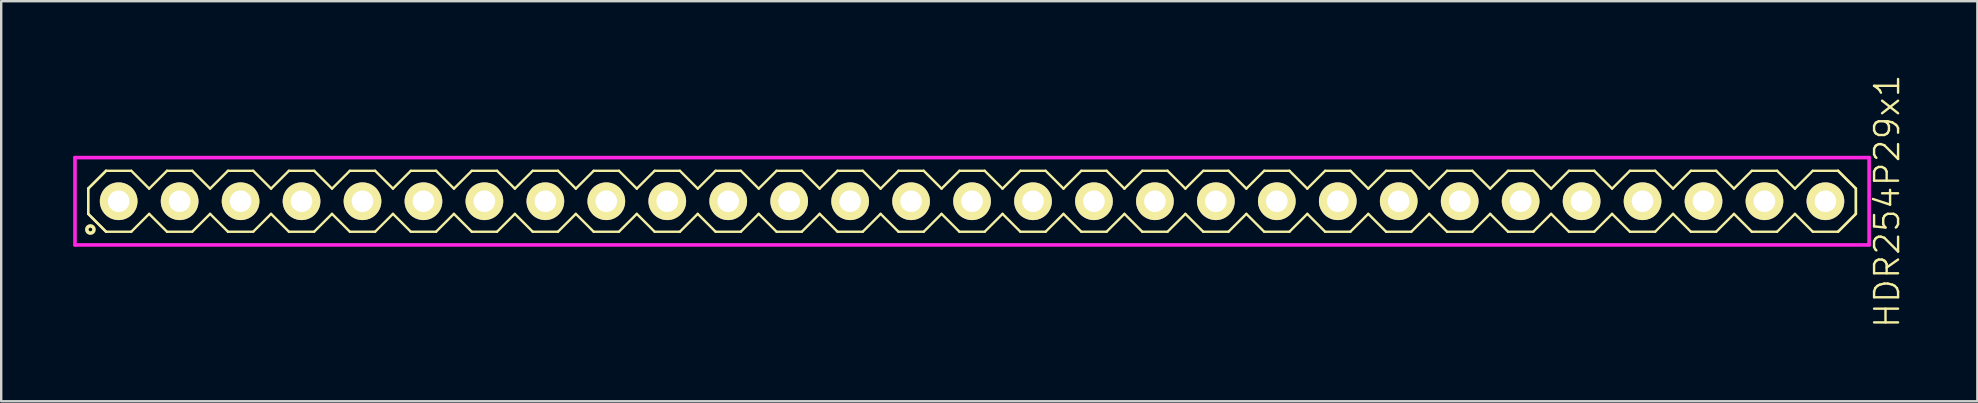
<source format=kicad_pcb>
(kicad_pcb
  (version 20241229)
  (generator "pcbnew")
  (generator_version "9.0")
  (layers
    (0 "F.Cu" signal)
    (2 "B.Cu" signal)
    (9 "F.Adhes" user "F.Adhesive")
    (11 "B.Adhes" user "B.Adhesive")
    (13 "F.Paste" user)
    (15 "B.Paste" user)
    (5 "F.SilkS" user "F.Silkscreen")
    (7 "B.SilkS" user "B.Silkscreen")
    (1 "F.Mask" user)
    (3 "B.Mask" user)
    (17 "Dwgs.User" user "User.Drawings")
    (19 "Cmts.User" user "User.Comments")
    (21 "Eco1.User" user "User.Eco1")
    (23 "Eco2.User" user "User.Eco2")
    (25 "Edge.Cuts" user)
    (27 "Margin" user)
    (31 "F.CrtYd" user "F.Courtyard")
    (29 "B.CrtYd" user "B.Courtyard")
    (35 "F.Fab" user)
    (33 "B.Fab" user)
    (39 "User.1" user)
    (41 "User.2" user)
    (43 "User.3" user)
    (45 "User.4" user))
  (footprint "HDR254P29x1"
    (layer "F.Cu")
    (at 37.455 5.336)
    (property "Reference" "HDR254P29x1" (at 38.13 0 90) (layer "F.SilkS") (effects (font (size 1 1) (thickness 0.1))))
    (attr through_hole)
    (fp_line (start -36.83 -0.526) (end -36.086 -1.27) (stroke (width 0.1) (type solid)) (layer "F.SilkS"))
    (fp_line (start -36.83 -0.526) (end -36.086 -1.27) (stroke (width 0.1) (type solid)) (layer "F.SilkS"))
    (fp_line (start -36.83 0.526) (end -36.83 -0.526) (stroke (width 0.1) (type solid)) (layer "F.SilkS"))
    (fp_line (start -36.83 0.526) (end -36.83 -0.526) (stroke (width 0.1) (type solid)) (layer "F.SilkS"))
    (fp_line (start -36.086 -1.27) (end -35.034 -1.27) (stroke (width 0.1) (type solid)) (layer "F.SilkS"))
    (fp_line (start -36.086 1.27) (end -36.83 0.526) (stroke (width 0.1) (type solid)) (layer "F.SilkS"))
    (fp_line (start -36.086 1.27) (end -36.83 0.526) (stroke (width 0.1) (type solid)) (layer "F.SilkS"))
    (fp_line (start -35.034 -1.27) (end -34.29 -0.526) (stroke (width 0.1) (type solid)) (layer "F.SilkS"))
    (fp_line (start -35.034 1.27) (end -36.086 1.27) (stroke (width 0.1) (type solid)) (layer "F.SilkS"))
    (fp_line (start -34.29 -0.526) (end -33.546 -1.27) (stroke (width 0.1) (type solid)) (layer "F.SilkS"))
    (fp_line (start -34.29 0.526) (end -35.034 1.27) (stroke (width 0.1) (type solid)) (layer "F.SilkS"))
    (fp_line (start -33.546 -1.27) (end -32.494 -1.27) (stroke (width 0.1) (type solid)) (layer "F.SilkS"))
    (fp_line (start -33.546 1.27) (end -34.29 0.526) (stroke (width 0.1) (type solid)) (layer "F.SilkS"))
    (fp_line (start -32.494 -1.27) (end -31.75 -0.526) (stroke (width 0.1) (type solid)) (layer "F.SilkS"))
    (fp_line (start -32.494 1.27) (end -33.546 1.27) (stroke (width 0.1) (type solid)) (layer "F.SilkS"))
    (fp_line (start -31.75 -0.526) (end -31.006 -1.27) (stroke (width 0.1) (type solid)) (layer "F.SilkS"))
    (fp_line (start -31.75 0.526) (end -32.494 1.27) (stroke (width 0.1) (type solid)) (layer "F.SilkS"))
    (fp_line (start -31.006 -1.27) (end -29.954 -1.27) (stroke (width 0.1) (type solid)) (layer "F.SilkS"))
    (fp_line (start -31.006 1.27) (end -31.75 0.526) (stroke (width 0.1) (type solid)) (layer "F.SilkS"))
    (fp_line (start -29.954 -1.27) (end -29.21 -0.526) (stroke (width 0.1) (type solid)) (layer "F.SilkS"))
    (fp_line (start -29.954 1.27) (end -31.006 1.27) (stroke (width 0.1) (type solid)) (layer "F.SilkS"))
    (fp_line (start -29.21 -0.526) (end -28.466 -1.27) (stroke (width 0.1) (type solid)) (layer "F.SilkS"))
    (fp_line (start -29.21 0.526) (end -29.954 1.27) (stroke (width 0.1) (type solid)) (layer "F.SilkS"))
    (fp_line (start -28.466 -1.27) (end -27.414 -1.27) (stroke (width 0.1) (type solid)) (layer "F.SilkS"))
    (fp_line (start -28.466 1.27) (end -29.21 0.526) (stroke (width 0.1) (type solid)) (layer "F.SilkS"))
    (fp_line (start -27.414 -1.27) (end -26.67 -0.526) (stroke (width 0.1) (type solid)) (layer "F.SilkS"))
    (fp_line (start -27.414 1.27) (end -28.466 1.27) (stroke (width 0.1) (type solid)) (layer "F.SilkS"))
    (fp_line (start -26.67 -0.526) (end -25.926 -1.27) (stroke (width 0.1) (type solid)) (layer "F.SilkS"))
    (fp_line (start -26.67 0.526) (end -27.414 1.27) (stroke (width 0.1) (type solid)) (layer "F.SilkS"))
    (fp_line (start -25.926 -1.27) (end -24.874 -1.27) (stroke (width 0.1) (type solid)) (layer "F.SilkS"))
    (fp_line (start -25.926 1.27) (end -26.67 0.526) (stroke (width 0.1) (type solid)) (layer "F.SilkS"))
    (fp_line (start -24.874 -1.27) (end -24.13 -0.526) (stroke (width 0.1) (type solid)) (layer "F.SilkS"))
    (fp_line (start -24.874 1.27) (end -25.926 1.27) (stroke (width 0.1) (type solid)) (layer "F.SilkS"))
    (fp_line (start -24.13 -0.526) (end -23.386 -1.27) (stroke (width 0.1) (type solid)) (layer "F.SilkS"))
    (fp_line (start -24.13 0.526) (end -24.874 1.27) (stroke (width 0.1) (type solid)) (layer "F.SilkS"))
    (fp_line (start -23.386 -1.27) (end -22.334 -1.27) (stroke (width 0.1) (type solid)) (layer "F.SilkS"))
    (fp_line (start -23.386 1.27) (end -24.13 0.526) (stroke (width 0.1) (type solid)) (layer "F.SilkS"))
    (fp_line (start -22.334 -1.27) (end -21.59 -0.526) (stroke (width 0.1) (type solid)) (layer "F.SilkS"))
    (fp_line (start -22.334 1.27) (end -23.386 1.27) (stroke (width 0.1) (type solid)) (layer "F.SilkS"))
    (fp_line (start -21.59 -0.526) (end -20.846 -1.27) (stroke (width 0.1) (type solid)) (layer "F.SilkS"))
    (fp_line (start -21.59 0.526) (end -22.334 1.27) (stroke (width 0.1) (type solid)) (layer "F.SilkS"))
    (fp_line (start -20.846 -1.27) (end -19.794 -1.27) (stroke (width 0.1) (type solid)) (layer "F.SilkS"))
    (fp_line (start -20.846 1.27) (end -21.59 0.526) (stroke (width 0.1) (type solid)) (layer "F.SilkS"))
    (fp_line (start -19.794 -1.27) (end -19.05 -0.526) (stroke (width 0.1) (type solid)) (layer "F.SilkS"))
    (fp_line (start -19.794 1.27) (end -20.846 1.27) (stroke (width 0.1) (type solid)) (layer "F.SilkS"))
    (fp_line (start -19.05 -0.526) (end -18.306 -1.27) (stroke (width 0.1) (type solid)) (layer "F.SilkS"))
    (fp_line (start -19.05 0.526) (end -19.794 1.27) (stroke (width 0.1) (type solid)) (layer "F.SilkS"))
    (fp_line (start -18.306 -1.27) (end -17.254 -1.27) (stroke (width 0.1) (type solid)) (layer "F.SilkS"))
    (fp_line (start -18.306 1.27) (end -19.05 0.526) (stroke (width 0.1) (type solid)) (layer "F.SilkS"))
    (fp_line (start -17.254 -1.27) (end -16.51 -0.526) (stroke (width 0.1) (type solid)) (layer "F.SilkS"))
    (fp_line (start -17.254 1.27) (end -18.306 1.27) (stroke (width 0.1) (type solid)) (layer "F.SilkS"))
    (fp_line (start -16.51 -0.526) (end -15.766 -1.27) (stroke (width 0.1) (type solid)) (layer "F.SilkS"))
    (fp_line (start -16.51 0.526) (end -17.254 1.27) (stroke (width 0.1) (type solid)) (layer "F.SilkS"))
    (fp_line (start -15.766 -1.27) (end -14.714 -1.27) (stroke (width 0.1) (type solid)) (layer "F.SilkS"))
    (fp_line (start -15.766 1.27) (end -16.51 0.526) (stroke (width 0.1) (type solid)) (layer "F.SilkS"))
    (fp_line (start -14.714 -1.27) (end -13.97 -0.526) (stroke (width 0.1) (type solid)) (layer "F.SilkS"))
    (fp_line (start -14.714 1.27) (end -15.766 1.27) (stroke (width 0.1) (type solid)) (layer "F.SilkS"))
    (fp_line (start -13.97 -0.526) (end -13.226 -1.27) (stroke (width 0.1) (type solid)) (layer "F.SilkS"))
    (fp_line (start -13.97 0.526) (end -14.714 1.27) (stroke (width 0.1) (type solid)) (layer "F.SilkS"))
    (fp_line (start -13.226 -1.27) (end -12.174 -1.27) (stroke (width 0.1) (type solid)) (layer "F.SilkS"))
    (fp_line (start -13.226 1.27) (end -13.97 0.526) (stroke (width 0.1) (type solid)) (layer "F.SilkS"))
    (fp_line (start -12.174 -1.27) (end -11.43 -0.526) (stroke (width 0.1) (type solid)) (layer "F.SilkS"))
    (fp_line (start -12.174 1.27) (end -13.226 1.27) (stroke (width 0.1) (type solid)) (layer "F.SilkS"))
    (fp_line (start -11.43 -0.526) (end -10.686 -1.27) (stroke (width 0.1) (type solid)) (layer "F.SilkS"))
    (fp_line (start -11.43 0.526) (end -12.174 1.27) (stroke (width 0.1) (type solid)) (layer "F.SilkS"))
    (fp_line (start -10.686 -1.27) (end -9.634 -1.27) (stroke (width 0.1) (type solid)) (layer "F.SilkS"))
    (fp_line (start -10.686 1.27) (end -11.43 0.526) (stroke (width 0.1) (type solid)) (layer "F.SilkS"))
    (fp_line (start -9.634 -1.27) (end -8.89 -0.526) (stroke (width 0.1) (type solid)) (layer "F.SilkS"))
    (fp_line (start -9.634 1.27) (end -10.686 1.27) (stroke (width 0.1) (type solid)) (layer "F.SilkS"))
    (fp_line (start -8.89 -0.526) (end -8.146 -1.27) (stroke (width 0.1) (type solid)) (layer "F.SilkS"))
    (fp_line (start -8.89 0.526) (end -9.634 1.27) (stroke (width 0.1) (type solid)) (layer "F.SilkS"))
    (fp_line (start -8.146 -1.27) (end -7.094 -1.27) (stroke (width 0.1) (type solid)) (layer "F.SilkS"))
    (fp_line (start -8.146 1.27) (end -8.89 0.526) (stroke (width 0.1) (type solid)) (layer "F.SilkS"))
    (fp_line (start -7.094 -1.27) (end -6.35 -0.526) (stroke (width 0.1) (type solid)) (layer "F.SilkS"))
    (fp_line (start -7.094 1.27) (end -8.146 1.27) (stroke (width 0.1) (type solid)) (layer "F.SilkS"))
    (fp_line (start -6.35 -0.526) (end -5.606 -1.27) (stroke (width 0.1) (type solid)) (layer "F.SilkS"))
    (fp_line (start -6.35 0.526) (end -7.094 1.27) (stroke (width 0.1) (type solid)) (layer "F.SilkS"))
    (fp_line (start -5.606 -1.27) (end -4.554 -1.27) (stroke (width 0.1) (type solid)) (layer "F.SilkS"))
    (fp_line (start -5.606 1.27) (end -6.35 0.526) (stroke (width 0.1) (type solid)) (layer "F.SilkS"))
    (fp_line (start -4.554 -1.27) (end -3.81 -0.526) (stroke (width 0.1) (type solid)) (layer "F.SilkS"))
    (fp_line (start -4.554 1.27) (end -5.606 1.27) (stroke (width 0.1) (type solid)) (layer "F.SilkS"))
    (fp_line (start -3.81 -0.526) (end -3.066 -1.27) (stroke (width 0.1) (type solid)) (layer "F.SilkS"))
    (fp_line (start -3.81 0.526) (end -4.554 1.27) (stroke (width 0.1) (type solid)) (layer "F.SilkS"))
    (fp_line (start -3.066 -1.27) (end -2.014 -1.27) (stroke (width 0.1) (type solid)) (layer "F.SilkS"))
    (fp_line (start -3.066 1.27) (end -3.81 0.526) (stroke (width 0.1) (type solid)) (layer "F.SilkS"))
    (fp_line (start -2.014 -1.27) (end -1.27 -0.526) (stroke (width 0.1) (type solid)) (layer "F.SilkS"))
    (fp_line (start -2.014 1.27) (end -3.066 1.27) (stroke (width 0.1) (type solid)) (layer "F.SilkS"))
    (fp_line (start -1.27 -0.526) (end -0.526 -1.27) (stroke (width 0.1) (type solid)) (layer "F.SilkS"))
    (fp_line (start -1.27 0.526) (end -2.014 1.27) (stroke (width 0.1) (type solid)) (layer "F.SilkS"))
    (fp_line (start -0.526 -1.27) (end 0.526 -1.27) (stroke (width 0.1) (type solid)) (layer "F.SilkS"))
    (fp_line (start -0.526 1.27) (end -1.27 0.526) (stroke (width 0.1) (type solid)) (layer "F.SilkS"))
    (fp_line (start 0.526 -1.27) (end 1.27 -0.526) (stroke (width 0.1) (type solid)) (layer "F.SilkS"))
    (fp_line (start 0.526 1.27) (end -0.526 1.27) (stroke (width 0.1) (type solid)) (layer "F.SilkS"))
    (fp_line (start 1.27 -0.526) (end 2.014 -1.27) (stroke (width 0.1) (type solid)) (layer "F.SilkS"))
    (fp_line (start 1.27 0.526) (end 0.526 1.27) (stroke (width 0.1) (type solid)) (layer "F.SilkS"))
    (fp_line (start 2.014 -1.27) (end 3.066 -1.27) (stroke (width 0.1) (type solid)) (layer "F.SilkS"))
    (fp_line (start 2.014 1.27) (end 1.27 0.526) (stroke (width 0.1) (type solid)) (layer "F.SilkS"))
    (fp_line (start 3.066 -1.27) (end 3.81 -0.526) (stroke (width 0.1) (type solid)) (layer "F.SilkS"))
    (fp_line (start 3.066 1.27) (end 2.014 1.27) (stroke (width 0.1) (type solid)) (layer "F.SilkS"))
    (fp_line (start 3.81 -0.526) (end 4.554 -1.27) (stroke (width 0.1) (type solid)) (layer "F.SilkS"))
    (fp_line (start 3.81 0.526) (end 3.066 1.27) (stroke (width 0.1) (type solid)) (layer "F.SilkS"))
    (fp_line (start 4.554 -1.27) (end 5.606 -1.27) (stroke (width 0.1) (type solid)) (layer "F.SilkS"))
    (fp_line (start 4.554 1.27) (end 3.81 0.526) (stroke (width 0.1) (type solid)) (layer "F.SilkS"))
    (fp_line (start 5.606 -1.27) (end 6.35 -0.526) (stroke (width 0.1) (type solid)) (layer "F.SilkS"))
    (fp_line (start 5.606 1.27) (end 4.554 1.27) (stroke (width 0.1) (type solid)) (layer "F.SilkS"))
    (fp_line (start 6.35 -0.526) (end 7.094 -1.27) (stroke (width 0.1) (type solid)) (layer "F.SilkS"))
    (fp_line (start 6.35 0.526) (end 5.606 1.27) (stroke (width 0.1) (type solid)) (layer "F.SilkS"))
    (fp_line (start 7.094 -1.27) (end 8.146 -1.27) (stroke (width 0.1) (type solid)) (layer "F.SilkS"))
    (fp_line (start 7.094 1.27) (end 6.35 0.526) (stroke (width 0.1) (type solid)) (layer "F.SilkS"))
    (fp_line (start 8.146 -1.27) (end 8.89 -0.526) (stroke (width 0.1) (type solid)) (layer "F.SilkS"))
    (fp_line (start 8.146 1.27) (end 7.094 1.27) (stroke (width 0.1) (type solid)) (layer "F.SilkS"))
    (fp_line (start 8.89 -0.526) (end 9.634 -1.27) (stroke (width 0.1) (type solid)) (layer "F.SilkS"))
    (fp_line (start 8.89 0.526) (end 8.146 1.27) (stroke (width 0.1) (type solid)) (layer "F.SilkS"))
    (fp_line (start 9.634 -1.27) (end 10.686 -1.27) (stroke (width 0.1) (type solid)) (layer "F.SilkS"))
    (fp_line (start 9.634 1.27) (end 8.89 0.526) (stroke (width 0.1) (type solid)) (layer "F.SilkS"))
    (fp_line (start 10.686 -1.27) (end 11.43 -0.526) (stroke (width 0.1) (type solid)) (layer "F.SilkS"))
    (fp_line (start 10.686 1.27) (end 9.634 1.27) (stroke (width 0.1) (type solid)) (layer "F.SilkS"))
    (fp_line (start 11.43 -0.526) (end 12.174 -1.27) (stroke (width 0.1) (type solid)) (layer "F.SilkS"))
    (fp_line (start 11.43 0.526) (end 10.686 1.27) (stroke (width 0.1) (type solid)) (layer "F.SilkS"))
    (fp_line (start 12.174 -1.27) (end 13.226 -1.27) (stroke (width 0.1) (type solid)) (layer "F.SilkS"))
    (fp_line (start 12.174 1.27) (end 11.43 0.526) (stroke (width 0.1) (type solid)) (layer "F.SilkS"))
    (fp_line (start 13.226 -1.27) (end 13.97 -0.526) (stroke (width 0.1) (type solid)) (layer "F.SilkS"))
    (fp_line (start 13.226 1.27) (end 12.174 1.27) (stroke (width 0.1) (type solid)) (layer "F.SilkS"))
    (fp_line (start 13.97 -0.526) (end 14.714 -1.27) (stroke (width 0.1) (type solid)) (layer "F.SilkS"))
    (fp_line (start 13.97 0.526) (end 13.226 1.27) (stroke (width 0.1) (type solid)) (layer "F.SilkS"))
    (fp_line (start 14.714 -1.27) (end 15.766 -1.27) (stroke (width 0.1) (type solid)) (layer "F.SilkS"))
    (fp_line (start 14.714 1.27) (end 13.97 0.526) (stroke (width 0.1) (type solid)) (layer "F.SilkS"))
    (fp_line (start 15.766 -1.27) (end 16.51 -0.526) (stroke (width 0.1) (type solid)) (layer "F.SilkS"))
    (fp_line (start 15.766 1.27) (end 14.714 1.27) (stroke (width 0.1) (type solid)) (layer "F.SilkS"))
    (fp_line (start 16.51 -0.526) (end 17.254 -1.27) (stroke (width 0.1) (type solid)) (layer "F.SilkS"))
    (fp_line (start 16.51 0.526) (end 15.766 1.27) (stroke (width 0.1) (type solid)) (layer "F.SilkS"))
    (fp_line (start 17.254 -1.27) (end 18.306 -1.27) (stroke (width 0.1) (type solid)) (layer "F.SilkS"))
    (fp_line (start 17.254 1.27) (end 16.51 0.526) (stroke (width 0.1) (type solid)) (layer "F.SilkS"))
    (fp_line (start 18.306 -1.27) (end 19.05 -0.526) (stroke (width 0.1) (type solid)) (layer "F.SilkS"))
    (fp_line (start 18.306 1.27) (end 17.254 1.27) (stroke (width 0.1) (type solid)) (layer "F.SilkS"))
    (fp_line (start 19.05 -0.526) (end 19.794 -1.27) (stroke (width 0.1) (type solid)) (layer "F.SilkS"))
    (fp_line (start 19.05 0.526) (end 18.306 1.27) (stroke (width 0.1) (type solid)) (layer "F.SilkS"))
    (fp_line (start 19.794 -1.27) (end 20.846 -1.27) (stroke (width 0.1) (type solid)) (layer "F.SilkS"))
    (fp_line (start 19.794 1.27) (end 19.05 0.526) (stroke (width 0.1) (type solid)) (layer "F.SilkS"))
    (fp_line (start 20.846 -1.27) (end 21.59 -0.526) (stroke (width 0.1) (type solid)) (layer "F.SilkS"))
    (fp_line (start 20.846 1.27) (end 19.794 1.27) (stroke (width 0.1) (type solid)) (layer "F.SilkS"))
    (fp_line (start 21.59 -0.526) (end 22.334 -1.27) (stroke (width 0.1) (type solid)) (layer "F.SilkS"))
    (fp_line (start 21.59 0.526) (end 20.846 1.27) (stroke (width 0.1) (type solid)) (layer "F.SilkS"))
    (fp_line (start 22.334 -1.27) (end 23.386 -1.27) (stroke (width 0.1) (type solid)) (layer "F.SilkS"))
    (fp_line (start 22.334 1.27) (end 21.59 0.526) (stroke (width 0.1) (type solid)) (layer "F.SilkS"))
    (fp_line (start 23.386 -1.27) (end 24.13 -0.526) (stroke (width 0.1) (type solid)) (layer "F.SilkS"))
    (fp_line (start 23.386 1.27) (end 22.334 1.27) (stroke (width 0.1) (type solid)) (layer "F.SilkS"))
    (fp_line (start 24.13 -0.526) (end 24.874 -1.27) (stroke (width 0.1) (type solid)) (layer "F.SilkS"))
    (fp_line (start 24.13 0.526) (end 23.386 1.27) (stroke (width 0.1) (type solid)) (layer "F.SilkS"))
    (fp_line (start 24.874 -1.27) (end 25.926 -1.27) (stroke (width 0.1) (type solid)) (layer "F.SilkS"))
    (fp_line (start 24.874 1.27) (end 24.13 0.526) (stroke (width 0.1) (type solid)) (layer "F.SilkS"))
    (fp_line (start 25.926 -1.27) (end 26.67 -0.526) (stroke (width 0.1) (type solid)) (layer "F.SilkS"))
    (fp_line (start 25.926 1.27) (end 24.874 1.27) (stroke (width 0.1) (type solid)) (layer "F.SilkS"))
    (fp_line (start 26.67 -0.526) (end 27.414 -1.27) (stroke (width 0.1) (type solid)) (layer "F.SilkS"))
    (fp_line (start 26.67 0.526) (end 25.926 1.27) (stroke (width 0.1) (type solid)) (layer "F.SilkS"))
    (fp_line (start 27.414 -1.27) (end 28.466 -1.27) (stroke (width 0.1) (type solid)) (layer "F.SilkS"))
    (fp_line (start 27.414 1.27) (end 26.67 0.526) (stroke (width 0.1) (type solid)) (layer "F.SilkS"))
    (fp_line (start 28.466 -1.27) (end 29.21 -0.526) (stroke (width 0.1) (type solid)) (layer "F.SilkS"))
    (fp_line (start 28.466 1.27) (end 27.414 1.27) (stroke (width 0.1) (type solid)) (layer "F.SilkS"))
    (fp_line (start 29.21 -0.526) (end 29.954 -1.27) (stroke (width 0.1) (type solid)) (layer "F.SilkS"))
    (fp_line (start 29.21 0.526) (end 28.466 1.27) (stroke (width 0.1) (type solid)) (layer "F.SilkS"))
    (fp_line (start 29.954 -1.27) (end 31.006 -1.27) (stroke (width 0.1) (type solid)) (layer "F.SilkS"))
    (fp_line (start 29.954 1.27) (end 29.21 0.526) (stroke (width 0.1) (type solid)) (layer "F.SilkS"))
    (fp_line (start 31.006 -1.27) (end 31.75 -0.526) (stroke (width 0.1) (type solid)) (layer "F.SilkS"))
    (fp_line (start 31.006 1.27) (end 29.954 1.27) (stroke (width 0.1) (type solid)) (layer "F.SilkS"))
    (fp_line (start 31.75 -0.526) (end 32.494 -1.27) (stroke (width 0.1) (type solid)) (layer "F.SilkS"))
    (fp_line (start 31.75 0.526) (end 31.006 1.27) (stroke (width 0.1) (type solid)) (layer "F.SilkS"))
    (fp_line (start 32.494 -1.27) (end 33.546 -1.27) (stroke (width 0.1) (type solid)) (layer "F.SilkS"))
    (fp_line (start 32.494 1.27) (end 31.75 0.526) (stroke (width 0.1) (type solid)) (layer "F.SilkS"))
    (fp_line (start 33.546 -1.27) (end 34.29 -0.526) (stroke (width 0.1) (type solid)) (layer "F.SilkS"))
    (fp_line (start 33.546 1.27) (end 32.494 1.27) (stroke (width 0.1) (type solid)) (layer "F.SilkS"))
    (fp_line (start 34.29 -0.526) (end 35.034 -1.27) (stroke (width 0.1) (type solid)) (layer "F.SilkS"))
    (fp_line (start 34.29 0.526) (end 33.546 1.27) (stroke (width 0.1) (type solid)) (layer "F.SilkS"))
    (fp_line (start 35.034 -1.27) (end 36.086 -1.27) (stroke (width 0.1) (type solid)) (layer "F.SilkS"))
    (fp_line (start 35.034 1.27) (end 34.29 0.526) (stroke (width 0.1) (type solid)) (layer "F.SilkS"))
    (fp_line (start 36.086 -1.27) (end 36.83 -0.526) (stroke (width 0.1) (type solid)) (layer "F.SilkS"))
    (fp_line (start 36.086 -1.27) (end 36.83 -0.526) (stroke (width 0.1) (type solid)) (layer "F.SilkS"))
    (fp_line (start 36.086 1.27) (end 35.034 1.27) (stroke (width 0.1) (type solid)) (layer "F.SilkS"))
    (fp_line (start 36.83 -0.526) (end 36.83 0.526) (stroke (width 0.1) (type solid)) (layer "F.SilkS"))
    (fp_line (start 36.83 -0.526) (end 36.83 0.526) (stroke (width 0.1) (type solid)) (layer "F.SilkS"))
    (fp_line (start 36.83 0.526) (end 36.086 1.27) (stroke (width 0.1) (type solid)) (layer "F.SilkS"))
    (fp_line (start 36.83 0.526) (end 36.086 1.27) (stroke (width 0.1) (type solid)) (layer "F.SilkS"))
    (fp_circle (center -36.738 1.178) (end -36.588 1.178) (stroke (width 0.15) (type solid)) (fill no) (layer "F.SilkS"))
    (fp_line (start -37.38 -1.82) (end -37.38 1.82) (stroke (width 0.15) (type solid)) (layer "F.CrtYd"))
    (fp_line (start -37.38 1.82) (end 37.38 1.82) (stroke (width 0.15) (type solid)) (layer "F.CrtYd"))
    (fp_line (start 37.38 -1.82) (end -37.38 -1.82) (stroke (width 0.15) (type solid)) (layer "F.CrtYd"))
    (fp_line (start 37.38 1.82) (end 37.38 -1.82) (stroke (width 0.15) (type solid)) (layer "F.CrtYd"))
    (pad "1" thru_hole oval (at -35.56 0) (size 1.57 1.57) (drill 0.9) (layers "*.Cu" "*.Mask" "F.SilkS"))
    (pad "2" thru_hole oval (at -33.02 0) (size 1.57 1.57) (drill 0.9) (layers "*.Cu" "*.Mask" "F.SilkS"))
    (pad "3" thru_hole oval (at -30.48 0) (size 1.57 1.57) (drill 0.9) (layers "*.Cu" "*.Mask" "F.SilkS"))
    (pad "4" thru_hole oval (at -27.94 0) (size 1.57 1.57) (drill 0.9) (layers "*.Cu" "*.Mask" "F.SilkS"))
    (pad "5" thru_hole oval (at -25.4 0) (size 1.57 1.57) (drill 0.9) (layers "*.Cu" "*.Mask" "F.SilkS"))
    (pad "6" thru_hole oval (at -22.86 0) (size 1.57 1.57) (drill 0.9) (layers "*.Cu" "*.Mask" "F.SilkS"))
    (pad "7" thru_hole oval (at -20.32 0) (size 1.57 1.57) (drill 0.9) (layers "*.Cu" "*.Mask" "F.SilkS"))
    (pad "8" thru_hole oval (at -17.78 0) (size 1.57 1.57) (drill 0.9) (layers "*.Cu" "*.Mask" "F.SilkS"))
    (pad "9" thru_hole oval (at -15.24 0) (size 1.57 1.57) (drill 0.9) (layers "*.Cu" "*.Mask" "F.SilkS"))
    (pad "10" thru_hole oval (at -12.7 0) (size 1.57 1.57) (drill 0.9) (layers "*.Cu" "*.Mask" "F.SilkS"))
    (pad "11" thru_hole oval (at -10.16 0) (size 1.57 1.57) (drill 0.9) (layers "*.Cu" "*.Mask" "F.SilkS"))
    (pad "12" thru_hole oval (at -7.62 0) (size 1.57 1.57) (drill 0.9) (layers "*.Cu" "*.Mask" "F.SilkS"))
    (pad "13" thru_hole oval (at -5.08 0) (size 1.57 1.57) (drill 0.9) (layers "*.Cu" "*.Mask" "F.SilkS"))
    (pad "14" thru_hole oval (at -2.54 0) (size 1.57 1.57) (drill 0.9) (layers "*.Cu" "*.Mask" "F.SilkS"))
    (pad "15" thru_hole oval (at 0 0) (size 1.57 1.57) (drill 0.9) (layers "*.Cu" "*.Mask" "F.SilkS"))
    (pad "16" thru_hole oval (at 2.54 0) (size 1.57 1.57) (drill 0.9) (layers "*.Cu" "*.Mask" "F.SilkS"))
    (pad "17" thru_hole oval (at 5.08 0) (size 1.57 1.57) (drill 0.9) (layers "*.Cu" "*.Mask" "F.SilkS"))
    (pad "18" thru_hole oval (at 7.62 0) (size 1.57 1.57) (drill 0.9) (layers "*.Cu" "*.Mask" "F.SilkS"))
    (pad "19" thru_hole oval (at 10.16 0) (size 1.57 1.57) (drill 0.9) (layers "*.Cu" "*.Mask" "F.SilkS"))
    (pad "20" thru_hole oval (at 12.7 0) (size 1.57 1.57) (drill 0.9) (layers "*.Cu" "*.Mask" "F.SilkS"))
    (pad "21" thru_hole oval (at 15.24 0) (size 1.57 1.57) (drill 0.9) (layers "*.Cu" "*.Mask" "F.SilkS"))
    (pad "22" thru_hole oval (at 17.78 0) (size 1.57 1.57) (drill 0.9) (layers "*.Cu" "*.Mask" "F.SilkS"))
    (pad "23" thru_hole oval (at 20.32 0) (size 1.57 1.57) (drill 0.9) (layers "*.Cu" "*.Mask" "F.SilkS"))
    (pad "24" thru_hole oval (at 22.86 0) (size 1.57 1.57) (drill 0.9) (layers "*.Cu" "*.Mask" "F.SilkS"))
    (pad "25" thru_hole oval (at 25.4 0) (size 1.57 1.57) (drill 0.9) (layers "*.Cu" "*.Mask" "F.SilkS"))
    (pad "26" thru_hole oval (at 27.94 0) (size 1.57 1.57) (drill 0.9) (layers "*.Cu" "*.Mask" "F.SilkS"))
    (pad "27" thru_hole oval (at 30.48 0) (size 1.57 1.57) (drill 0.9) (layers "*.Cu" "*.Mask" "F.SilkS"))
    (pad "28" thru_hole oval (at 33.02 0) (size 1.57 1.57) (drill 0.9) (layers "*.Cu" "*.Mask" "F.SilkS"))
    (pad "29" thru_hole oval (at 35.56 0) (size 1.57 1.57) (drill 0.9) (layers "*.Cu" "*.Mask" "F.SilkS")))
  (gr_rect
    (start -3 -3)
    (end 79.346 13.671)
    (stroke (width 0.1) (type default))
    (fill no)
    (layer "Edge.Cuts")))
</source>
